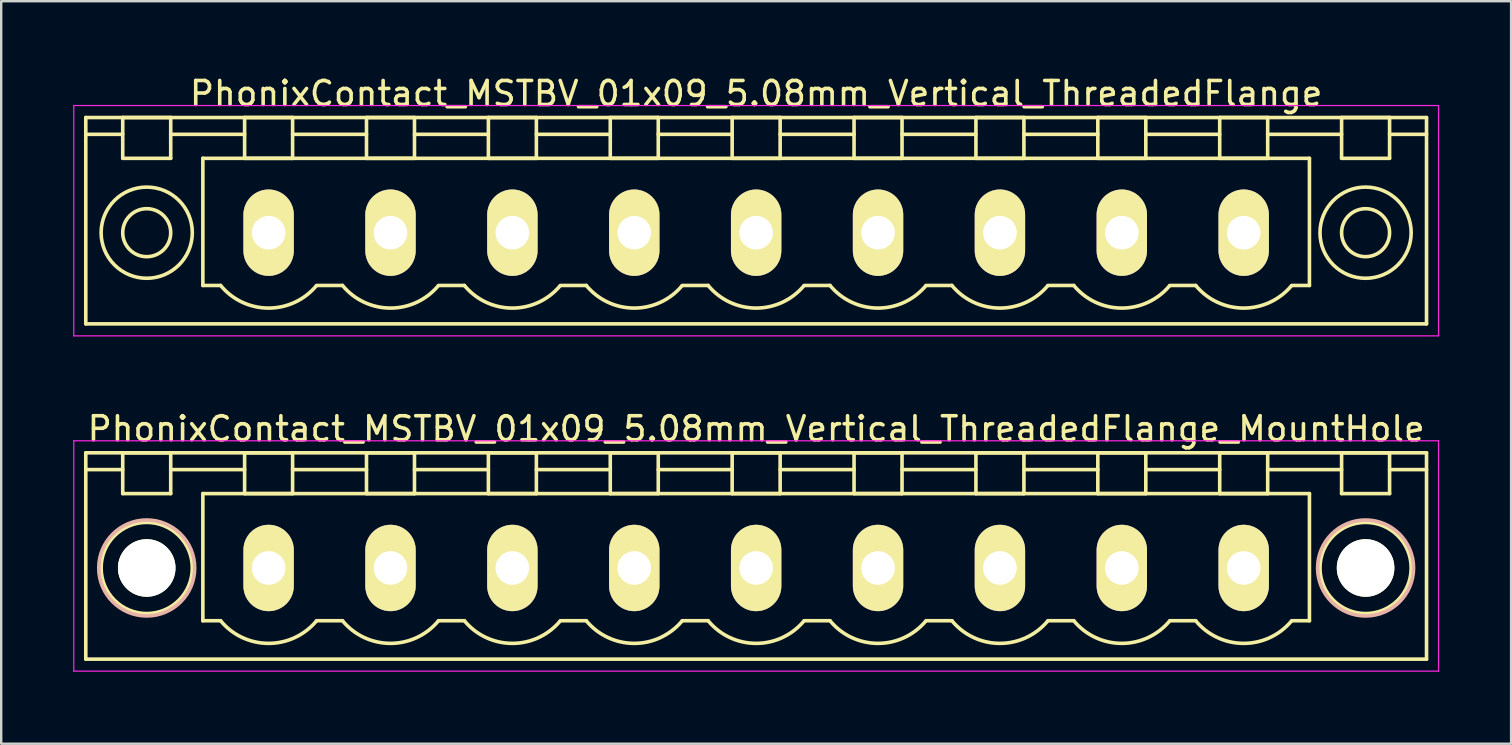
<source format=kicad_pcb>
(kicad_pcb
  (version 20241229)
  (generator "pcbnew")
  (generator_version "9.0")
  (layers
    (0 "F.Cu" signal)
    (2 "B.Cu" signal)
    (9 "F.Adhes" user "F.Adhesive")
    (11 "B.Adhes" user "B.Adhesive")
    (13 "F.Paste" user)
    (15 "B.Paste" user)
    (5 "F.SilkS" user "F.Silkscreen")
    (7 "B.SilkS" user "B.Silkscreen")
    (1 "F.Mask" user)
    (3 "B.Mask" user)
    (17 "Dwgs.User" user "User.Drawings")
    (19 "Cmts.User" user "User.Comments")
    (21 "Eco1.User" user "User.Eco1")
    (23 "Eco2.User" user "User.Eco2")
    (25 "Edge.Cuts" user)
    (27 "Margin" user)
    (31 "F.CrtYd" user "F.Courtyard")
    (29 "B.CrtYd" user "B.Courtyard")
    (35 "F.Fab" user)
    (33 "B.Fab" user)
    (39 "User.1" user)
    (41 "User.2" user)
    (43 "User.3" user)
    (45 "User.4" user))
  (footprint "PhonixContact_MSTBV_01x09_5.08mm_Vertical_ThreadedFlange"
    (layer "F.Cu")
    (at 8.145 6.648)
    (property "Reference" "PhonixContact_MSTBV_01x09_5.08mm_Vertical_ThreadedFlange" (at 20.32 -5.8 0) (layer "F.SilkS") (effects (font (size 1 1) (thickness 0.15))))
    (attr through_hole)
    (fp_line (start -7.62 -4.8) (end -7.62 3.8) (stroke (width 0.15) (type solid)) (layer "F.SilkS"))
    (fp_line (start -7.62 -4.1) (end -6.08 -4.1) (stroke (width 0.15) (type solid)) (layer "F.SilkS"))
    (fp_line (start -7.62 3.8) (end 48.26 3.8) (stroke (width 0.15) (type solid)) (layer "F.SilkS"))
    (fp_line (start -6.08 -4.8) (end -4.08 -4.8) (stroke (width 0.15) (type solid)) (layer "F.SilkS"))
    (fp_line (start -6.08 -3.1) (end -6.08 -4.8) (stroke (width 0.15) (type solid)) (layer "F.SilkS"))
    (fp_line (start -4.08 -4.8) (end -4.08 -3.1) (stroke (width 0.15) (type solid)) (layer "F.SilkS"))
    (fp_line (start -4.08 -4.1) (end -1 -4.1) (stroke (width 0.15) (type solid)) (layer "F.SilkS"))
    (fp_line (start -4.08 -3.1) (end -6.08 -3.1) (stroke (width 0.15) (type solid)) (layer "F.SilkS"))
    (fp_line (start -2.74 -3.1) (end 43.38 -3.1) (stroke (width 0.15) (type solid)) (layer "F.SilkS"))
    (fp_line (start -2.74 2.2) (end -2.74 -3.1) (stroke (width 0.15) (type solid)) (layer "F.SilkS"))
    (fp_line (start -2 2.2) (end -2.74 2.2) (stroke (width 0.15) (type solid)) (layer "F.SilkS"))
    (fp_line (start -1 -4.8) (end 1 -4.8) (stroke (width 0.15) (type solid)) (layer "F.SilkS"))
    (fp_line (start -1 -3.1) (end -1 -4.8) (stroke (width 0.15) (type solid)) (layer "F.SilkS"))
    (fp_line (start 1 -4.8) (end 1 -3.1) (stroke (width 0.15) (type solid)) (layer "F.SilkS"))
    (fp_line (start 1 -4.1) (end 4.08 -4.1) (stroke (width 0.15) (type solid)) (layer "F.SilkS"))
    (fp_line (start 1 -3.1) (end -1 -3.1) (stroke (width 0.15) (type solid)) (layer "F.SilkS"))
    (fp_line (start 2 2.2) (end 3.08 2.2) (stroke (width 0.15) (type solid)) (layer "F.SilkS"))
    (fp_line (start 4.08 -4.8) (end 6.08 -4.8) (stroke (width 0.15) (type solid)) (layer "F.SilkS"))
    (fp_line (start 4.08 -3.1) (end 4.08 -4.8) (stroke (width 0.15) (type solid)) (layer "F.SilkS"))
    (fp_line (start 6.08 -4.8) (end 6.08 -3.1) (stroke (width 0.15) (type solid)) (layer "F.SilkS"))
    (fp_line (start 6.08 -4.1) (end 9.16 -4.1) (stroke (width 0.15) (type solid)) (layer "F.SilkS"))
    (fp_line (start 6.08 -3.1) (end 4.08 -3.1) (stroke (width 0.15) (type solid)) (layer "F.SilkS"))
    (fp_line (start 7.08 2.2) (end 8.16 2.2) (stroke (width 0.15) (type solid)) (layer "F.SilkS"))
    (fp_line (start 9.16 -4.8) (end 11.16 -4.8) (stroke (width 0.15) (type solid)) (layer "F.SilkS"))
    (fp_line (start 9.16 -3.1) (end 9.16 -4.8) (stroke (width 0.15) (type solid)) (layer "F.SilkS"))
    (fp_line (start 11.16 -4.8) (end 11.16 -3.1) (stroke (width 0.15) (type solid)) (layer "F.SilkS"))
    (fp_line (start 11.16 -4.1) (end 14.24 -4.1) (stroke (width 0.15) (type solid)) (layer "F.SilkS"))
    (fp_line (start 11.16 -3.1) (end 9.16 -3.1) (stroke (width 0.15) (type solid)) (layer "F.SilkS"))
    (fp_line (start 12.16 2.2) (end 13.24 2.2) (stroke (width 0.15) (type solid)) (layer "F.SilkS"))
    (fp_line (start 14.24 -4.8) (end 16.24 -4.8) (stroke (width 0.15) (type solid)) (layer "F.SilkS"))
    (fp_line (start 14.24 -3.1) (end 14.24 -4.8) (stroke (width 0.15) (type solid)) (layer "F.SilkS"))
    (fp_line (start 16.24 -4.8) (end 16.24 -3.1) (stroke (width 0.15) (type solid)) (layer "F.SilkS"))
    (fp_line (start 16.24 -4.1) (end 19.32 -4.1) (stroke (width 0.15) (type solid)) (layer "F.SilkS"))
    (fp_line (start 16.24 -3.1) (end 14.24 -3.1) (stroke (width 0.15) (type solid)) (layer "F.SilkS"))
    (fp_line (start 17.24 2.2) (end 18.32 2.2) (stroke (width 0.15) (type solid)) (layer "F.SilkS"))
    (fp_line (start 19.32 -4.8) (end 21.32 -4.8) (stroke (width 0.15) (type solid)) (layer "F.SilkS"))
    (fp_line (start 19.32 -3.1) (end 19.32 -4.8) (stroke (width 0.15) (type solid)) (layer "F.SilkS"))
    (fp_line (start 21.32 -4.8) (end 21.32 -3.1) (stroke (width 0.15) (type solid)) (layer "F.SilkS"))
    (fp_line (start 21.32 -4.1) (end 24.4 -4.1) (stroke (width 0.15) (type solid)) (layer "F.SilkS"))
    (fp_line (start 21.32 -3.1) (end 19.32 -3.1) (stroke (width 0.15) (type solid)) (layer "F.SilkS"))
    (fp_line (start 22.32 2.2) (end 23.4 2.2) (stroke (width 0.15) (type solid)) (layer "F.SilkS"))
    (fp_line (start 24.4 -4.8) (end 26.4 -4.8) (stroke (width 0.15) (type solid)) (layer "F.SilkS"))
    (fp_line (start 24.4 -3.1) (end 24.4 -4.8) (stroke (width 0.15) (type solid)) (layer "F.SilkS"))
    (fp_line (start 26.4 -4.8) (end 26.4 -3.1) (stroke (width 0.15) (type solid)) (layer "F.SilkS"))
    (fp_line (start 26.4 -4.1) (end 29.48 -4.1) (stroke (width 0.15) (type solid)) (layer "F.SilkS"))
    (fp_line (start 26.4 -3.1) (end 24.4 -3.1) (stroke (width 0.15) (type solid)) (layer "F.SilkS"))
    (fp_line (start 27.4 2.2) (end 28.48 2.2) (stroke (width 0.15) (type solid)) (layer "F.SilkS"))
    (fp_line (start 29.48 -4.8) (end 31.48 -4.8) (stroke (width 0.15) (type solid)) (layer "F.SilkS"))
    (fp_line (start 29.48 -3.1) (end 29.48 -4.8) (stroke (width 0.15) (type solid)) (layer "F.SilkS"))
    (fp_line (start 31.48 -4.8) (end 31.48 -3.1) (stroke (width 0.15) (type solid)) (layer "F.SilkS"))
    (fp_line (start 31.48 -4.1) (end 34.56 -4.1) (stroke (width 0.15) (type solid)) (layer "F.SilkS"))
    (fp_line (start 31.48 -3.1) (end 29.48 -3.1) (stroke (width 0.15) (type solid)) (layer "F.SilkS"))
    (fp_line (start 32.48 2.2) (end 33.56 2.2) (stroke (width 0.15) (type solid)) (layer "F.SilkS"))
    (fp_line (start 34.56 -4.8) (end 36.56 -4.8) (stroke (width 0.15) (type solid)) (layer "F.SilkS"))
    (fp_line (start 34.56 -3.1) (end 34.56 -4.8) (stroke (width 0.15) (type solid)) (layer "F.SilkS"))
    (fp_line (start 36.56 -4.8) (end 36.56 -3.1) (stroke (width 0.15) (type solid)) (layer "F.SilkS"))
    (fp_line (start 36.56 -4.1) (end 39.64 -4.1) (stroke (width 0.15) (type solid)) (layer "F.SilkS"))
    (fp_line (start 36.56 -3.1) (end 34.56 -3.1) (stroke (width 0.15) (type solid)) (layer "F.SilkS"))
    (fp_line (start 37.56 2.2) (end 38.64 2.2) (stroke (width 0.15) (type solid)) (layer "F.SilkS"))
    (fp_line (start 39.64 -4.8) (end 41.64 -4.8) (stroke (width 0.15) (type solid)) (layer "F.SilkS"))
    (fp_line (start 39.64 -3.1) (end 39.64 -4.8) (stroke (width 0.15) (type solid)) (layer "F.SilkS"))
    (fp_line (start 41.64 -4.8) (end 41.64 -3.1) (stroke (width 0.15) (type solid)) (layer "F.SilkS"))
    (fp_line (start 41.64 -4.1) (end 44.72 -4.1) (stroke (width 0.15) (type solid)) (layer "F.SilkS"))
    (fp_line (start 41.64 -3.1) (end 39.64 -3.1) (stroke (width 0.15) (type solid)) (layer "F.SilkS"))
    (fp_line (start 43.38 -3.1) (end 43.38 2.2) (stroke (width 0.15) (type solid)) (layer "F.SilkS"))
    (fp_line (start 43.38 2.2) (end 42.64 2.2) (stroke (width 0.15) (type solid)) (layer "F.SilkS"))
    (fp_line (start 44.72 -4.8) (end 46.72 -4.8) (stroke (width 0.15) (type solid)) (layer "F.SilkS"))
    (fp_line (start 44.72 -3.1) (end 44.72 -4.8) (stroke (width 0.15) (type solid)) (layer "F.SilkS"))
    (fp_line (start 46.72 -4.8) (end 46.72 -3.1) (stroke (width 0.15) (type solid)) (layer "F.SilkS"))
    (fp_line (start 46.72 -3.1) (end 44.72 -3.1) (stroke (width 0.15) (type solid)) (layer "F.SilkS"))
    (fp_line (start 48.26 -4.8) (end -7.62 -4.8) (stroke (width 0.15) (type solid)) (layer "F.SilkS"))
    (fp_line (start 48.26 -4.1) (end 46.72 -4.1) (stroke (width 0.15) (type solid)) (layer "F.SilkS"))
    (fp_line (start 48.26 3.8) (end 48.26 -4.8) (stroke (width 0.15) (type solid)) (layer "F.SilkS"))
    (fp_arc (start 1.986842 2.215821) (mid -0.010289 3.142758) (end -2 2.2) (stroke (width 0.15) (type solid)) (layer "F.SilkS"))
    (fp_arc (start 7.066842 2.215821) (mid 5.069711 3.142758) (end 3.08 2.2) (stroke (width 0.15) (type solid)) (layer "F.SilkS"))
    (fp_arc (start 12.146842 2.215821) (mid 10.149711 3.142758) (end 8.16 2.2) (stroke (width 0.15) (type solid)) (layer "F.SilkS"))
    (fp_arc (start 17.226842 2.215821) (mid 15.229711 3.142758) (end 13.24 2.2) (stroke (width 0.15) (type solid)) (layer "F.SilkS"))
    (fp_arc (start 22.306842 2.215821) (mid 20.309711 3.142758) (end 18.32 2.2) (stroke (width 0.15) (type solid)) (layer "F.SilkS"))
    (fp_arc (start 27.386842 2.215821) (mid 25.389711 3.142758) (end 23.4 2.2) (stroke (width 0.15) (type solid)) (layer "F.SilkS"))
    (fp_arc (start 32.466842 2.215821) (mid 30.469711 3.142758) (end 28.48 2.2) (stroke (width 0.15) (type solid)) (layer "F.SilkS"))
    (fp_arc (start 37.546842 2.215821) (mid 35.549711 3.142758) (end 33.56 2.2) (stroke (width 0.15) (type solid)) (layer "F.SilkS"))
    (fp_arc (start 42.626842 2.215821) (mid 40.629711 3.142758) (end 38.64 2.2) (stroke (width 0.15) (type solid)) (layer "F.SilkS"))
    (fp_circle (center -5.08 0) (end -4.08 0) (stroke (width 0.15) (type solid)) (fill no) (layer "F.SilkS"))
    (fp_circle (center -5.08 0) (end -3.18 0) (stroke (width 0.15) (type solid)) (fill no) (layer "F.SilkS"))
    (fp_circle (center 45.72 0) (end 46.72 0) (stroke (width 0.15) (type solid)) (fill no) (layer "F.SilkS"))
    (fp_circle (center 45.72 0) (end 47.62 0) (stroke (width 0.15) (type solid)) (fill no) (layer "F.SilkS"))
    (fp_line (start -8.12 -5.3) (end -8.12 4.3) (stroke (width 0.05) (type solid)) (layer "F.CrtYd"))
    (fp_line (start -8.12 4.3) (end 48.76 4.3) (stroke (width 0.05) (type solid)) (layer "F.CrtYd"))
    (fp_line (start 48.76 -5.3) (end -8.12 -5.3) (stroke (width 0.05) (type solid)) (layer "F.CrtYd"))
    (fp_line (start 48.76 4.3) (end 48.76 -5.3) (stroke (width 0.05) (type solid)) (layer "F.CrtYd"))
    (pad "1" thru_hole oval (at 0 0) (size 2.1 3.6) (drill 1.4) (layers "*.Cu" "*.Mask" "F.SilkS"))
    (pad "2" thru_hole oval (at 5.08 0) (size 2.1 3.6) (drill 1.4) (layers "*.Cu" "*.Mask" "F.SilkS"))
    (pad "3" thru_hole oval (at 10.16 0) (size 2.1 3.6) (drill 1.4) (layers "*.Cu" "*.Mask" "F.SilkS"))
    (pad "4" thru_hole oval (at 15.24 0) (size 2.1 3.6) (drill 1.4) (layers "*.Cu" "*.Mask" "F.SilkS"))
    (pad "5" thru_hole oval (at 20.32 0) (size 2.1 3.6) (drill 1.4) (layers "*.Cu" "*.Mask" "F.SilkS"))
    (pad "6" thru_hole oval (at 25.4 0) (size 2.1 3.6) (drill 1.4) (layers "*.Cu" "*.Mask" "F.SilkS"))
    (pad "7" thru_hole oval (at 30.48 0) (size 2.1 3.6) (drill 1.4) (layers "*.Cu" "*.Mask" "F.SilkS"))
    (pad "8" thru_hole oval (at 35.56 0) (size 2.1 3.6) (drill 1.4) (layers "*.Cu" "*.Mask" "F.SilkS"))
    (pad "9" thru_hole oval (at 40.64 0) (size 2.1 3.6) (drill 1.4) (layers "*.Cu" "*.Mask" "F.SilkS")))
  (footprint "PhonixContact_MSTBV_01x09_5.08mm_Vertical_ThreadedFlange_MountHole"
    (layer "F.Cu")
    (at 8.145 20.622)
    (property "Reference" "PhonixContact_MSTBV_01x09_5.08mm_Vertical_ThreadedFlange_MountHole" (at 20.32 -5.8 0) (layer "F.SilkS") (effects (font (size 1 1) (thickness 0.15))))
    (attr through_hole)
    (fp_line (start -7.62 -4.8) (end -7.62 3.8) (stroke (width 0.15) (type solid)) (layer "F.SilkS"))
    (fp_line (start -7.62 -4.1) (end -6.08 -4.1) (stroke (width 0.15) (type solid)) (layer "F.SilkS"))
    (fp_line (start -7.62 3.8) (end 48.26 3.8) (stroke (width 0.15) (type solid)) (layer "F.SilkS"))
    (fp_line (start -6.08 -4.8) (end -4.08 -4.8) (stroke (width 0.15) (type solid)) (layer "F.SilkS"))
    (fp_line (start -6.08 -3.1) (end -6.08 -4.8) (stroke (width 0.15) (type solid)) (layer "F.SilkS"))
    (fp_line (start -4.08 -4.8) (end -4.08 -3.1) (stroke (width 0.15) (type solid)) (layer "F.SilkS"))
    (fp_line (start -4.08 -4.1) (end -1 -4.1) (stroke (width 0.15) (type solid)) (layer "F.SilkS"))
    (fp_line (start -4.08 -3.1) (end -6.08 -3.1) (stroke (width 0.15) (type solid)) (layer "F.SilkS"))
    (fp_line (start -2.74 -3.1) (end 43.38 -3.1) (stroke (width 0.15) (type solid)) (layer "F.SilkS"))
    (fp_line (start -2.74 2.2) (end -2.74 -3.1) (stroke (width 0.15) (type solid)) (layer "F.SilkS"))
    (fp_line (start -2 2.2) (end -2.74 2.2) (stroke (width 0.15) (type solid)) (layer "F.SilkS"))
    (fp_line (start -1 -4.8) (end 1 -4.8) (stroke (width 0.15) (type solid)) (layer "F.SilkS"))
    (fp_line (start -1 -3.1) (end -1 -4.8) (stroke (width 0.15) (type solid)) (layer "F.SilkS"))
    (fp_line (start 1 -4.8) (end 1 -3.1) (stroke (width 0.15) (type solid)) (layer "F.SilkS"))
    (fp_line (start 1 -4.1) (end 4.08 -4.1) (stroke (width 0.15) (type solid)) (layer "F.SilkS"))
    (fp_line (start 1 -3.1) (end -1 -3.1) (stroke (width 0.15) (type solid)) (layer "F.SilkS"))
    (fp_line (start 2 2.2) (end 3.08 2.2) (stroke (width 0.15) (type solid)) (layer "F.SilkS"))
    (fp_line (start 4.08 -4.8) (end 6.08 -4.8) (stroke (width 0.15) (type solid)) (layer "F.SilkS"))
    (fp_line (start 4.08 -3.1) (end 4.08 -4.8) (stroke (width 0.15) (type solid)) (layer "F.SilkS"))
    (fp_line (start 6.08 -4.8) (end 6.08 -3.1) (stroke (width 0.15) (type solid)) (layer "F.SilkS"))
    (fp_line (start 6.08 -4.1) (end 9.16 -4.1) (stroke (width 0.15) (type solid)) (layer "F.SilkS"))
    (fp_line (start 6.08 -3.1) (end 4.08 -3.1) (stroke (width 0.15) (type solid)) (layer "F.SilkS"))
    (fp_line (start 7.08 2.2) (end 8.16 2.2) (stroke (width 0.15) (type solid)) (layer "F.SilkS"))
    (fp_line (start 9.16 -4.8) (end 11.16 -4.8) (stroke (width 0.15) (type solid)) (layer "F.SilkS"))
    (fp_line (start 9.16 -3.1) (end 9.16 -4.8) (stroke (width 0.15) (type solid)) (layer "F.SilkS"))
    (fp_line (start 11.16 -4.8) (end 11.16 -3.1) (stroke (width 0.15) (type solid)) (layer "F.SilkS"))
    (fp_line (start 11.16 -4.1) (end 14.24 -4.1) (stroke (width 0.15) (type solid)) (layer "F.SilkS"))
    (fp_line (start 11.16 -3.1) (end 9.16 -3.1) (stroke (width 0.15) (type solid)) (layer "F.SilkS"))
    (fp_line (start 12.16 2.2) (end 13.24 2.2) (stroke (width 0.15) (type solid)) (layer "F.SilkS"))
    (fp_line (start 14.24 -4.8) (end 16.24 -4.8) (stroke (width 0.15) (type solid)) (layer "F.SilkS"))
    (fp_line (start 14.24 -3.1) (end 14.24 -4.8) (stroke (width 0.15) (type solid)) (layer "F.SilkS"))
    (fp_line (start 16.24 -4.8) (end 16.24 -3.1) (stroke (width 0.15) (type solid)) (layer "F.SilkS"))
    (fp_line (start 16.24 -4.1) (end 19.32 -4.1) (stroke (width 0.15) (type solid)) (layer "F.SilkS"))
    (fp_line (start 16.24 -3.1) (end 14.24 -3.1) (stroke (width 0.15) (type solid)) (layer "F.SilkS"))
    (fp_line (start 17.24 2.2) (end 18.32 2.2) (stroke (width 0.15) (type solid)) (layer "F.SilkS"))
    (fp_line (start 19.32 -4.8) (end 21.32 -4.8) (stroke (width 0.15) (type solid)) (layer "F.SilkS"))
    (fp_line (start 19.32 -3.1) (end 19.32 -4.8) (stroke (width 0.15) (type solid)) (layer "F.SilkS"))
    (fp_line (start 21.32 -4.8) (end 21.32 -3.1) (stroke (width 0.15) (type solid)) (layer "F.SilkS"))
    (fp_line (start 21.32 -4.1) (end 24.4 -4.1) (stroke (width 0.15) (type solid)) (layer "F.SilkS"))
    (fp_line (start 21.32 -3.1) (end 19.32 -3.1) (stroke (width 0.15) (type solid)) (layer "F.SilkS"))
    (fp_line (start 22.32 2.2) (end 23.4 2.2) (stroke (width 0.15) (type solid)) (layer "F.SilkS"))
    (fp_line (start 24.4 -4.8) (end 26.4 -4.8) (stroke (width 0.15) (type solid)) (layer "F.SilkS"))
    (fp_line (start 24.4 -3.1) (end 24.4 -4.8) (stroke (width 0.15) (type solid)) (layer "F.SilkS"))
    (fp_line (start 26.4 -4.8) (end 26.4 -3.1) (stroke (width 0.15) (type solid)) (layer "F.SilkS"))
    (fp_line (start 26.4 -4.1) (end 29.48 -4.1) (stroke (width 0.15) (type solid)) (layer "F.SilkS"))
    (fp_line (start 26.4 -3.1) (end 24.4 -3.1) (stroke (width 0.15) (type solid)) (layer "F.SilkS"))
    (fp_line (start 27.4 2.2) (end 28.48 2.2) (stroke (width 0.15) (type solid)) (layer "F.SilkS"))
    (fp_line (start 29.48 -4.8) (end 31.48 -4.8) (stroke (width 0.15) (type solid)) (layer "F.SilkS"))
    (fp_line (start 29.48 -3.1) (end 29.48 -4.8) (stroke (width 0.15) (type solid)) (layer "F.SilkS"))
    (fp_line (start 31.48 -4.8) (end 31.48 -3.1) (stroke (width 0.15) (type solid)) (layer "F.SilkS"))
    (fp_line (start 31.48 -4.1) (end 34.56 -4.1) (stroke (width 0.15) (type solid)) (layer "F.SilkS"))
    (fp_line (start 31.48 -3.1) (end 29.48 -3.1) (stroke (width 0.15) (type solid)) (layer "F.SilkS"))
    (fp_line (start 32.48 2.2) (end 33.56 2.2) (stroke (width 0.15) (type solid)) (layer "F.SilkS"))
    (fp_line (start 34.56 -4.8) (end 36.56 -4.8) (stroke (width 0.15) (type solid)) (layer "F.SilkS"))
    (fp_line (start 34.56 -3.1) (end 34.56 -4.8) (stroke (width 0.15) (type solid)) (layer "F.SilkS"))
    (fp_line (start 36.56 -4.8) (end 36.56 -3.1) (stroke (width 0.15) (type solid)) (layer "F.SilkS"))
    (fp_line (start 36.56 -4.1) (end 39.64 -4.1) (stroke (width 0.15) (type solid)) (layer "F.SilkS"))
    (fp_line (start 36.56 -3.1) (end 34.56 -3.1) (stroke (width 0.15) (type solid)) (layer "F.SilkS"))
    (fp_line (start 37.56 2.2) (end 38.64 2.2) (stroke (width 0.15) (type solid)) (layer "F.SilkS"))
    (fp_line (start 39.64 -4.8) (end 41.64 -4.8) (stroke (width 0.15) (type solid)) (layer "F.SilkS"))
    (fp_line (start 39.64 -3.1) (end 39.64 -4.8) (stroke (width 0.15) (type solid)) (layer "F.SilkS"))
    (fp_line (start 41.64 -4.8) (end 41.64 -3.1) (stroke (width 0.15) (type solid)) (layer "F.SilkS"))
    (fp_line (start 41.64 -4.1) (end 44.72 -4.1) (stroke (width 0.15) (type solid)) (layer "F.SilkS"))
    (fp_line (start 41.64 -3.1) (end 39.64 -3.1) (stroke (width 0.15) (type solid)) (layer "F.SilkS"))
    (fp_line (start 43.38 -3.1) (end 43.38 2.2) (stroke (width 0.15) (type solid)) (layer "F.SilkS"))
    (fp_line (start 43.38 2.2) (end 42.64 2.2) (stroke (width 0.15) (type solid)) (layer "F.SilkS"))
    (fp_line (start 44.72 -4.8) (end 46.72 -4.8) (stroke (width 0.15) (type solid)) (layer "F.SilkS"))
    (fp_line (start 44.72 -3.1) (end 44.72 -4.8) (stroke (width 0.15) (type solid)) (layer "F.SilkS"))
    (fp_line (start 46.72 -4.8) (end 46.72 -3.1) (stroke (width 0.15) (type solid)) (layer "F.SilkS"))
    (fp_line (start 46.72 -3.1) (end 44.72 -3.1) (stroke (width 0.15) (type solid)) (layer "F.SilkS"))
    (fp_line (start 48.26 -4.8) (end -7.62 -4.8) (stroke (width 0.15) (type solid)) (layer "F.SilkS"))
    (fp_line (start 48.26 -4.1) (end 46.72 -4.1) (stroke (width 0.15) (type solid)) (layer "F.SilkS"))
    (fp_line (start 48.26 3.8) (end 48.26 -4.8) (stroke (width 0.15) (type solid)) (layer "F.SilkS"))
    (fp_arc (start 1.986842 2.215821) (mid -0.010289 3.142758) (end -2 2.2) (stroke (width 0.15) (type solid)) (layer "F.SilkS"))
    (fp_arc (start 7.066842 2.215821) (mid 5.069711 3.142758) (end 3.08 2.2) (stroke (width 0.15) (type solid)) (layer "F.SilkS"))
    (fp_arc (start 12.146842 2.215821) (mid 10.149711 3.142758) (end 8.16 2.2) (stroke (width 0.15) (type solid)) (layer "F.SilkS"))
    (fp_arc (start 17.226842 2.215821) (mid 15.229711 3.142758) (end 13.24 2.2) (stroke (width 0.15) (type solid)) (layer "F.SilkS"))
    (fp_arc (start 22.306842 2.215821) (mid 20.309711 3.142758) (end 18.32 2.2) (stroke (width 0.15) (type solid)) (layer "F.SilkS"))
    (fp_arc (start 27.386842 2.215821) (mid 25.389711 3.142758) (end 23.4 2.2) (stroke (width 0.15) (type solid)) (layer "F.SilkS"))
    (fp_arc (start 32.466842 2.215821) (mid 30.469711 3.142758) (end 28.48 2.2) (stroke (width 0.15) (type solid)) (layer "F.SilkS"))
    (fp_arc (start 37.546842 2.215821) (mid 35.549711 3.142758) (end 33.56 2.2) (stroke (width 0.15) (type solid)) (layer "F.SilkS"))
    (fp_arc (start 42.626842 2.215821) (mid 40.629711 3.142758) (end 38.64 2.2) (stroke (width 0.15) (type solid)) (layer "F.SilkS"))
    (fp_circle (center -5.08 0) (end -4.08 0) (stroke (width 0.15) (type solid)) (fill no) (layer "F.SilkS"))
    (fp_circle (center -5.08 0) (end -3.18 0) (stroke (width 0.15) (type solid)) (fill no) (layer "F.SilkS"))
    (fp_circle (center 45.72 0) (end 46.72 0) (stroke (width 0.15) (type solid)) (fill no) (layer "F.SilkS"))
    (fp_circle (center 45.72 0) (end 47.62 0) (stroke (width 0.15) (type solid)) (fill no) (layer "F.SilkS"))
    (fp_circle (center -5.08 0) (end -3.08 0) (stroke (width 0.15) (type solid)) (fill no) (layer "B.SilkS"))
    (fp_circle (center 45.72 0) (end 47.72 0) (stroke (width 0.15) (type solid)) (fill no) (layer "B.SilkS"))
    (fp_line (start -8.12 -5.3) (end -8.12 4.3) (stroke (width 0.05) (type solid)) (layer "F.CrtYd"))
    (fp_line (start -8.12 4.3) (end 48.76 4.3) (stroke (width 0.05) (type solid)) (layer "F.CrtYd"))
    (fp_line (start 48.76 -5.3) (end -8.12 -5.3) (stroke (width 0.05) (type solid)) (layer "F.CrtYd"))
    (fp_line (start 48.76 4.3) (end 48.76 -5.3) (stroke (width 0.05) (type solid)) (layer "F.CrtYd"))
    (pad "" np_thru_hole circle (at -5.08 0) (size 2.4 2.4) (drill 2.4) (layers "*.Cu" "*.Mask" "F.SilkS"))
    (pad "" np_thru_hole circle (at 45.72 0) (size 2.4 2.4) (drill 2.4) (layers "*.Cu" "*.Mask" "F.SilkS"))
    (pad "1" thru_hole oval (at 0 0) (size 2.1 3.6) (drill 1.4) (layers "*.Cu" "*.Mask" "F.SilkS"))
    (pad "2" thru_hole oval (at 5.08 0) (size 2.1 3.6) (drill 1.4) (layers "*.Cu" "*.Mask" "F.SilkS"))
    (pad "3" thru_hole oval (at 10.16 0) (size 2.1 3.6) (drill 1.4) (layers "*.Cu" "*.Mask" "F.SilkS"))
    (pad "4" thru_hole oval (at 15.24 0) (size 2.1 3.6) (drill 1.4) (layers "*.Cu" "*.Mask" "F.SilkS"))
    (pad "5" thru_hole oval (at 20.32 0) (size 2.1 3.6) (drill 1.4) (layers "*.Cu" "*.Mask" "F.SilkS"))
    (pad "6" thru_hole oval (at 25.4 0) (size 2.1 3.6) (drill 1.4) (layers "*.Cu" "*.Mask" "F.SilkS"))
    (pad "7" thru_hole oval (at 30.48 0) (size 2.1 3.6) (drill 1.4) (layers "*.Cu" "*.Mask" "F.SilkS"))
    (pad "8" thru_hole oval (at 35.56 0) (size 2.1 3.6) (drill 1.4) (layers "*.Cu" "*.Mask" "F.SilkS"))
    (pad "9" thru_hole oval (at 40.64 0) (size 2.1 3.6) (drill 1.4) (layers "*.Cu" "*.Mask" "F.SilkS")))
  (gr_rect
    (start -3 -3)
    (end 59.93 27.947)
    (stroke (width 0.1) (type default))
    (fill no)
    (layer "Edge.Cuts")))
</source>
